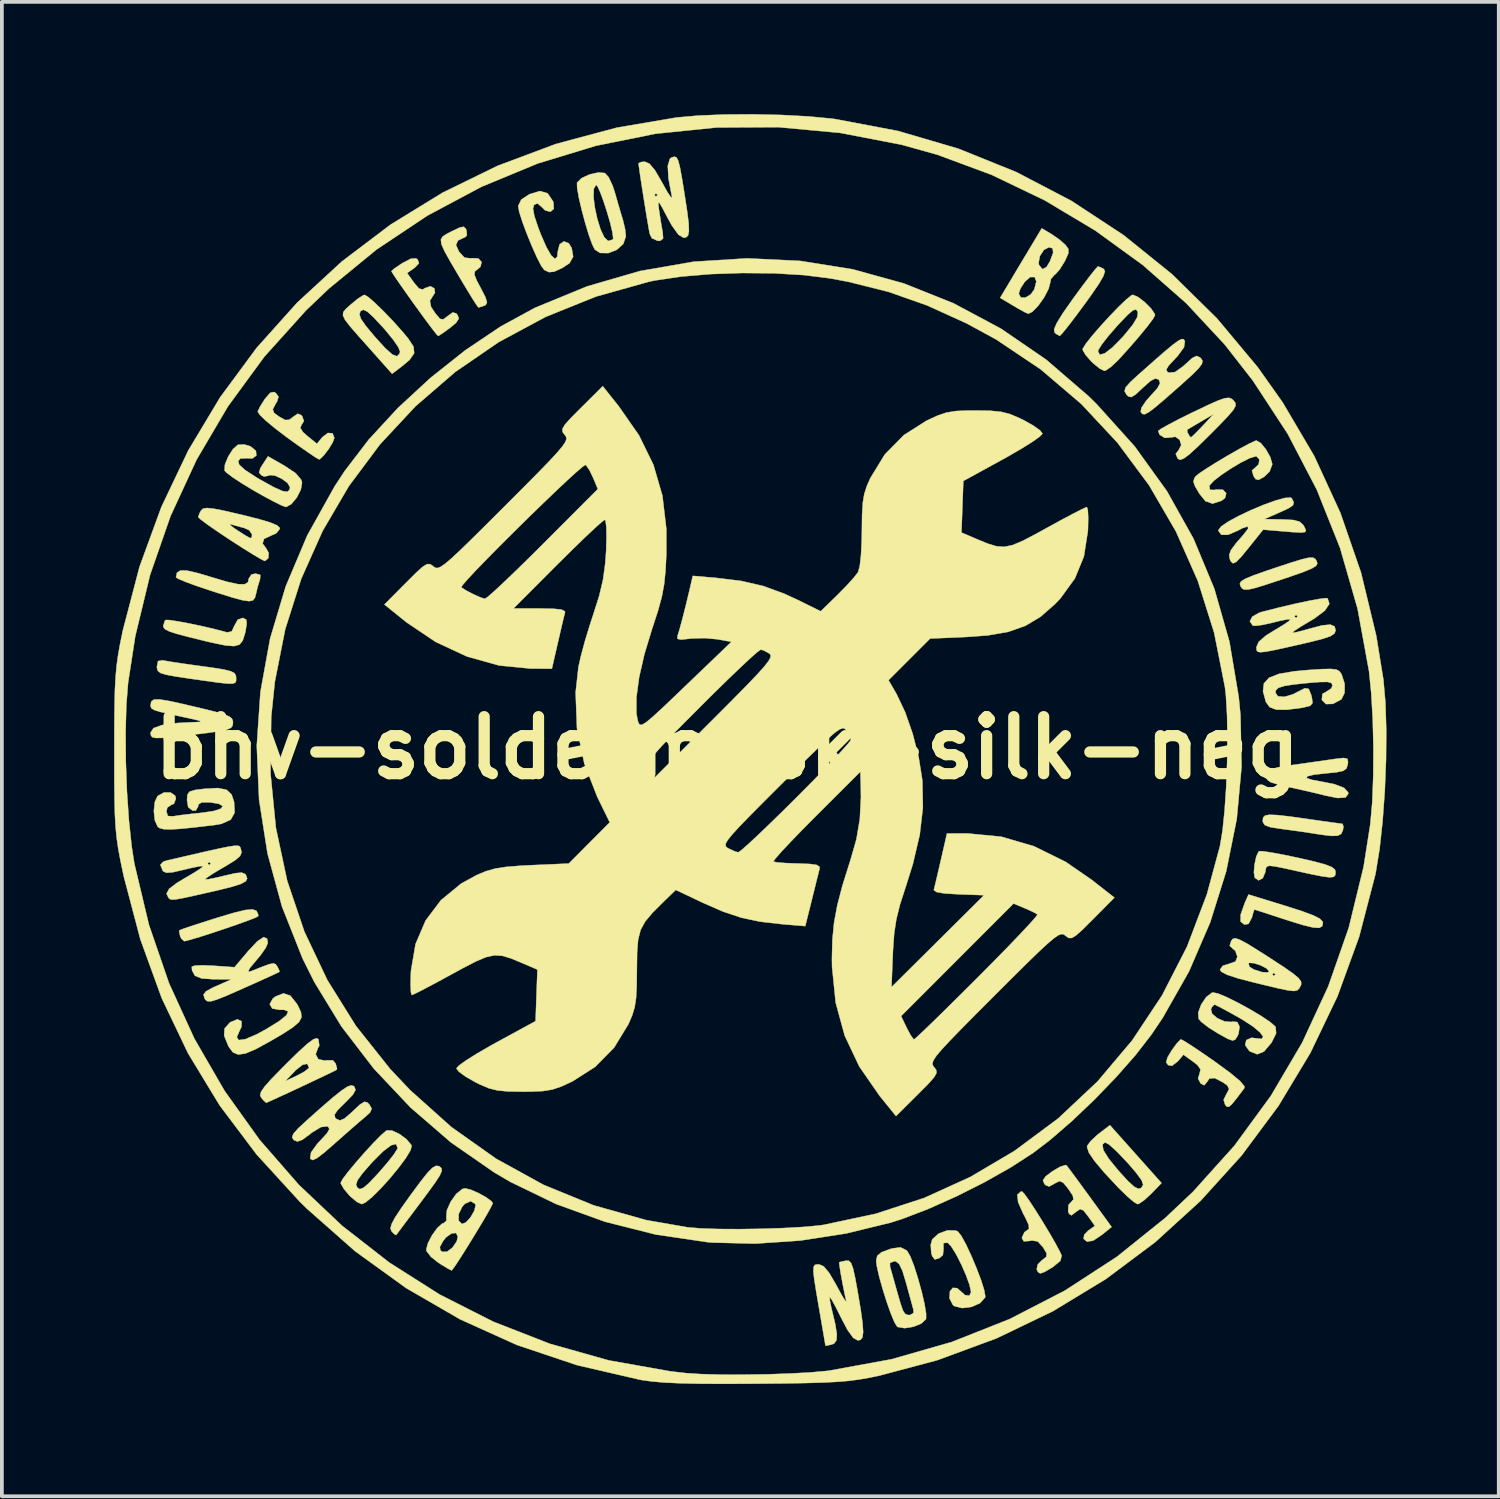
<source format=kicad_pcb>
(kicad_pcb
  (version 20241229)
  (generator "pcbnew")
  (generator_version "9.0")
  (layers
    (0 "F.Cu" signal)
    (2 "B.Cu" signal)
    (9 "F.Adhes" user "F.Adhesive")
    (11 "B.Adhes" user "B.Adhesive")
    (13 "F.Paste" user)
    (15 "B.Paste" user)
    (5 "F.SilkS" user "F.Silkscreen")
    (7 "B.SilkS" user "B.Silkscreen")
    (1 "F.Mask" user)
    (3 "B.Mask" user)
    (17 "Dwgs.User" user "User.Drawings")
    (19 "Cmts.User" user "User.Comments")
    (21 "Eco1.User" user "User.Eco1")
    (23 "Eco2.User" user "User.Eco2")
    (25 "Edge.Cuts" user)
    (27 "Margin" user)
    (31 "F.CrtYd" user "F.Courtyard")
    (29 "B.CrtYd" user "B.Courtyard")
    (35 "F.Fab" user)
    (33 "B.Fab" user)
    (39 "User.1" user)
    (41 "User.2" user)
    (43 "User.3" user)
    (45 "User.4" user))
  (footprint "bhv-soldermask-silk-neg"
    (layer "F.Cu")
    (at 16.383 16.934)
    (property "Reference" "bhv-soldermask-silk-neg" (at 0 0 0) (layer "F.SilkS") (effects (font (size 1.524 1.524) (thickness 0.3))))
    (attr through_hole)
    (fp_poly (pts (xy -12.579 4.353) (xy -12.536 4.446) (xy -12.532 4.496) (xy -12.606 4.536) (xy -12.804 4.613) (xy -13.089 4.716) (xy -13.422 4.831) (xy -13.767 4.946) (xy -14.085 5.048) (xy -14.34 5.124) (xy -14.493 5.163) (xy -14.512 5.165) (xy -14.587 5.098) (xy -14.618 5.034) (xy -14.646 4.905) (xy -14.637 4.874) (xy -14.548 4.838) (xy -14.33 4.764) (xy -14.016 4.662) (xy -13.638 4.542) (xy -13.635 4.541) (xy -13.191 4.408) (xy -12.883 4.333) (xy -12.686 4.315) (xy -12.579 4.353)) (stroke (width 0.01) (type solid)) (fill yes) (layer "F.SilkS"))
    (fp_poly (pts (xy -7.703 11.177) (xy -7.69 11.184) (xy -7.635 11.23) (xy -7.628 11.303) (xy -7.681 11.425) (xy -7.808 11.621) (xy -8.021 11.914) (xy -8.184 12.132) (xy -8.429 12.459) (xy -8.635 12.733) (xy -8.781 12.928) (xy -8.848 13.017) (xy -8.849 13.02) (xy -8.908 12.984) (xy -8.97 12.917) (xy -8.999 12.842) (xy -8.971 12.726) (xy -8.875 12.546) (xy -8.698 12.279) (xy -8.46 11.946) (xy -8.197 11.59) (xy -8.01 11.354) (xy -7.878 11.22) (xy -7.782 11.167) (xy -7.703 11.177)) (stroke (width 0.01) (type solid)) (fill yes) (layer "F.SilkS"))
    (fp_poly (pts (xy 10.006 -12.827) (xy 10.064 -12.793) (xy 10.092 -12.73) (xy 10.049 -12.603) (xy 9.926 -12.393) (xy 9.712 -12.081) (xy 9.556 -11.866) (xy 9.316 -11.541) (xy 9.11 -11.272) (xy 8.961 -11.087) (xy 8.888 -11.01) (xy 8.886 -11.009) (xy 8.793 -11.058) (xy 8.745 -11.101) (xy 8.733 -11.186) (xy 8.804 -11.351) (xy 8.965 -11.612) (xy 9.226 -11.985) (xy 9.258 -12.029) (xy 9.494 -12.35) (xy 9.694 -12.614) (xy 9.838 -12.795) (xy 9.905 -12.865) (xy 9.906 -12.866) (xy 10.006 -12.827)) (stroke (width 0.01) (type solid)) (fill yes) (layer "F.SilkS"))
    (fp_poly (pts (xy 15.713 -5.049) (xy 15.747 -4.996) (xy 15.768 -4.927) (xy 15.733 -4.863) (xy 15.618 -4.793) (xy 15.401 -4.703) (xy 15.058 -4.582) (xy 14.816 -4.501) (xy 14.395 -4.362) (xy 14.106 -4.273) (xy 13.922 -4.231) (xy 13.813 -4.23) (xy 13.751 -4.265) (xy 13.717 -4.317) (xy 13.696 -4.386) (xy 13.731 -4.45) (xy 13.846 -4.52) (xy 14.063 -4.61) (xy 14.406 -4.731) (xy 14.648 -4.813) (xy 15.069 -4.952) (xy 15.358 -5.04) (xy 15.542 -5.083) (xy 15.651 -5.084) (xy 15.713 -5.049)) (stroke (width 0.01) (type solid)) (fill yes) (layer "F.SilkS"))
    (fp_poly (pts (xy 14.694 1.795) (xy 15.015 1.831) (xy 15.475 1.895) (xy 15.536 1.904) (xy 15.898 1.956) (xy 16.194 1.997) (xy 16.387 2.023) (xy 16.439 2.029) (xy 16.465 2.1) (xy 16.45 2.201) (xy 16.404 2.299) (xy 16.309 2.348) (xy 16.131 2.352) (xy 15.835 2.315) (xy 15.663 2.287) (xy 15.35 2.239) (xy 14.98 2.188) (xy 14.796 2.164) (xy 14.515 2.12) (xy 14.366 2.065) (xy 14.312 1.983) (xy 14.309 1.941) (xy 14.32 1.859) (xy 14.372 1.808) (xy 14.488 1.787) (xy 14.694 1.795)) (stroke (width 0.01) (type solid)) (fill yes) (layer "F.SilkS"))
    (fp_poly (pts (xy 14.922 4.224) (xy 15.36 4.364) (xy 15.656 4.474) (xy 15.831 4.562) (xy 15.908 4.641) (xy 15.917 4.678) (xy 15.895 4.769) (xy 15.815 4.81) (xy 15.652 4.799) (xy 15.383 4.734) (xy 14.986 4.611) (xy 14.859 4.57) (xy 14.529 4.462) (xy 14.269 4.377) (xy 14.113 4.328) (xy 14.085 4.319) (xy 14.058 4.389) (xy 14.018 4.535) (xy 13.929 4.702) (xy 13.819 4.723) (xy 13.716 4.641) (xy 13.719 4.451) (xy 13.829 4.142) (xy 13.83 4.139) (xy 13.928 3.918) (xy 14.922 4.224)) (stroke (width 0.01) (type solid)) (fill yes) (layer "F.SilkS"))
    (fp_poly (pts (xy -15.05 -2.333) (xy -14.876 -2.302) (xy -14.591 -2.259) (xy -14.25 -2.21) (xy -14.182 -2.201) (xy -13.744 -2.141) (xy -13.447 -2.093) (xy -13.263 -2.047) (xy -13.166 -1.996) (xy -13.129 -1.929) (xy -13.123 -1.861) (xy -13.125 -1.788) (xy -13.148 -1.74) (xy -13.216 -1.717) (xy -13.356 -1.718) (xy -13.594 -1.743) (xy -13.954 -1.793) (xy -14.33 -1.846) (xy -14.73 -1.906) (xy -14.992 -1.954) (xy -15.145 -2.001) (xy -15.217 -2.059) (xy -15.239 -2.137) (xy -15.24 -2.175) (xy -15.21 -2.32) (xy -15.09 -2.34) (xy -15.05 -2.333)) (stroke (width 0.01) (type solid)) (fill yes) (layer "F.SilkS"))
    (fp_poly (pts (xy -14.435 -4.737) (xy -14.145 -4.67) (xy -13.799 -4.567) (xy -13.371 -4.44) (xy -13.077 -4.375) (xy -12.897 -4.371) (xy -12.807 -4.426) (xy -12.785 -4.527) (xy -12.713 -4.633) (xy -12.606 -4.657) (xy -12.478 -4.624) (xy -12.485 -4.508) (xy -12.546 -4.312) (xy -12.59 -4.128) (xy -12.62 -4.013) (xy -12.673 -3.943) (xy -12.774 -3.92) (xy -12.949 -3.944) (xy -13.223 -4.018) (xy -13.623 -4.143) (xy -13.822 -4.207) (xy -14.184 -4.329) (xy -14.477 -4.437) (xy -14.67 -4.518) (xy -14.731 -4.558) (xy -14.704 -4.681) (xy -14.613 -4.74) (xy -14.435 -4.737)) (stroke (width 0.01) (type solid)) (fill yes) (layer "F.SilkS"))
    (fp_poly (pts (xy -12.851 -3.425) (xy -12.841 -3.321) (xy -12.872 -3.119) (xy -12.89 -3.044) (xy -12.948 -2.866) (xy -13.033 -2.76) (xy -13.177 -2.719) (xy -13.411 -2.738) (xy -13.765 -2.811) (xy -13.928 -2.849) (xy -14.388 -2.962) (xy -14.707 -3.047) (xy -14.911 -3.113) (xy -15.022 -3.17) (xy -15.066 -3.226) (xy -15.071 -3.258) (xy -15.03 -3.393) (xy -15.005 -3.418) (xy -14.903 -3.415) (xy -14.68 -3.381) (xy -14.378 -3.325) (xy -14.04 -3.254) (xy -13.71 -3.177) (xy -13.43 -3.104) (xy -13.366 -3.085) (xy -13.241 -3.112) (xy -13.174 -3.257) (xy -13.08 -3.426) (xy -12.943 -3.474) (xy -12.851 -3.425)) (stroke (width 0.01) (type solid)) (fill yes) (layer "F.SilkS"))
    (fp_poly (pts (xy 14.313 2.762) (xy 14.546 2.797) (xy 14.875 2.858) (xy 15.265 2.94) (xy 15.694 3.039) (xy 15.982 3.117) (xy 16.154 3.185) (xy 16.237 3.251) (xy 16.256 3.316) (xy 16.247 3.4) (xy 16.201 3.448) (xy 16.092 3.459) (xy 15.89 3.432) (xy 15.57 3.368) (xy 15.278 3.304) (xy 14.89 3.218) (xy 14.638 3.167) (xy 14.491 3.15) (xy 14.419 3.169) (xy 14.391 3.224) (xy 14.378 3.315) (xy 14.378 3.317) (xy 14.309 3.483) (xy 14.197 3.54) (xy 14.096 3.47) (xy 14.072 3.328) (xy 14.09 3.112) (xy 14.137 2.899) (xy 14.2 2.768) (xy 14.21 2.76) (xy 14.313 2.762)) (stroke (width 0.01) (type solid)) (fill yes) (layer "F.SilkS"))
    (fp_poly (pts (xy 7.942 11.921) (xy 8.071 12.102) (xy 8.24 12.36) (xy 8.428 12.661) (xy 8.615 12.971) (xy 8.778 13.255) (xy 8.896 13.478) (xy 8.936 13.568) (xy 8.901 13.707) (xy 8.703 13.87) (xy 8.695 13.875) (xy 8.479 14.003) (xy 8.362 14.044) (xy 8.301 14.005) (xy 8.269 13.934) (xy 8.297 13.802) (xy 8.405 13.693) (xy 8.525 13.6) (xy 8.534 13.507) (xy 8.44 13.347) (xy 8.299 13.189) (xy 8.14 13.162) (xy 8.083 13.174) (xy 7.924 13.187) (xy 7.874 13.102) (xy 7.874 13.088) (xy 7.941 12.939) (xy 8.001 12.9) (xy 8.063 12.848) (xy 8.052 12.741) (xy 7.96 12.542) (xy 7.907 12.444) (xy 7.772 12.14) (xy 7.75 11.941) (xy 7.843 11.856) (xy 7.876 11.853) (xy 7.942 11.921)) (stroke (width 0.01) (type solid)) (fill yes) (layer "F.SilkS"))
    (fp_poly (pts (xy -11.674 6.621) (xy -11.5 6.84) (xy -11.467 6.899) (xy -11.391 7.064) (xy -11.376 7.199) (xy -11.443 7.326) (xy -11.608 7.468) (xy -11.89 7.65) (xy -12.196 7.829) (xy -12.589 8.045) (xy -12.871 8.165) (xy -13.069 8.195) (xy -13.208 8.136) (xy -13.317 7.992) (xy -13.333 7.963) (xy -13.443 7.691) (xy -13.433 7.5) (xy -13.299 7.347) (xy -13.275 7.329) (xy -13.088 7.252) (xy -12.978 7.304) (xy -12.981 7.455) (xy -13.027 7.547) (xy -13.105 7.729) (xy -13.055 7.808) (xy -12.879 7.784) (xy -12.585 7.659) (xy -12.33 7.521) (xy -11.977 7.304) (xy -11.778 7.144) (xy -11.733 7.041) (xy -11.845 6.998) (xy -11.962 7) (xy -12.159 6.964) (xy -12.226 6.85) (xy -12.147 6.702) (xy -12.074 6.645) (xy -11.858 6.559) (xy -11.674 6.621)) (stroke (width 0.01) (type solid)) (fill yes) (layer "F.SilkS"))
    (fp_poly (pts (xy -6.988 -13.875) (xy -6.968 -13.829) (xy -6.957 -13.696) (xy -6.991 -13.656) (xy -7.196 -13.557) (xy -7.249 -13.437) (xy -7.167 -13.257) (xy -7.166 -13.257) (xy -7.022 -13.1) (xy -6.855 -13.08) (xy -6.825 -13.086) (xy -6.65 -13.077) (xy -6.564 -12.981) (xy -6.596 -12.853) (xy -6.671 -12.79) (xy -6.746 -12.729) (xy -6.755 -12.64) (xy -6.69 -12.481) (xy -6.587 -12.287) (xy -6.462 -12.043) (xy -6.42 -11.906) (xy -6.452 -11.837) (xy -6.488 -11.818) (xy -6.618 -11.775) (xy -6.648 -11.769) (xy -6.701 -11.837) (xy -6.82 -12.022) (xy -6.986 -12.295) (xy -7.152 -12.572) (xy -7.391 -12.978) (xy -7.551 -13.264) (xy -7.637 -13.455) (xy -7.653 -13.58) (xy -7.606 -13.663) (xy -7.499 -13.733) (xy -7.371 -13.798) (xy -7.157 -13.901) (xy -7.045 -13.925) (xy -6.988 -13.875)) (stroke (width 0.01) (type solid)) (fill yes) (layer "F.SilkS"))
    (fp_poly (pts (xy -4.8 -14.819) (xy -4.657 -14.607) (xy -4.645 -14.577) (xy -4.635 -14.404) (xy -4.726 -14.326) (xy -4.867 -14.362) (xy -4.951 -14.446) (xy -5.07 -14.549) (xy -5.162 -14.513) (xy -5.191 -14.412) (xy -5.155 -14.214) (xy -5.049 -13.897) (xy -4.984 -13.727) (xy -4.832 -13.378) (xy -4.702 -13.155) (xy -4.603 -13.067) (xy -4.543 -13.124) (xy -4.53 -13.257) (xy -4.48 -13.455) (xy -4.365 -13.534) (xy -4.233 -13.482) (xy -4.157 -13.356) (xy -4.118 -13.126) (xy -4.214 -12.953) (xy -4.409 -12.824) (xy -4.623 -12.726) (xy -4.761 -12.711) (xy -4.89 -12.77) (xy -4.97 -12.879) (xy -5.086 -13.105) (xy -5.22 -13.405) (xy -5.355 -13.735) (xy -5.474 -14.054) (xy -5.557 -14.316) (xy -5.588 -14.478) (xy -5.504 -14.651) (xy -5.287 -14.794) (xy -5.004 -14.879) (xy -4.8 -14.819)) (stroke (width 0.01) (type solid)) (fill yes) (layer "F.SilkS"))
    (fp_poly (pts (xy 9.066 11.156) (xy 9.135 11.246) (xy 9.281 11.443) (xy 9.482 11.717) (xy 9.695 12.009) (xy 10.27 12.801) (xy 10.024 13.001) (xy 9.78 13.166) (xy 9.613 13.194) (xy 9.521 13.117) (xy 9.539 13.007) (xy 9.644 12.899) (xy 9.824 12.773) (xy 9.644 12.52) (xy 9.518 12.36) (xy 9.429 12.324) (xy 9.325 12.393) (xy 9.315 12.403) (xy 9.197 12.491) (xy 9.136 12.453) (xy 9.108 12.388) (xy 9.118 12.212) (xy 9.18 12.144) (xy 9.251 12.065) (xy 9.231 11.961) (xy 9.114 11.785) (xy 8.979 11.619) (xy 8.88 11.575) (xy 8.764 11.63) (xy 8.744 11.643) (xy 8.6 11.721) (xy 8.504 11.683) (xy 8.471 11.647) (xy 8.436 11.553) (xy 8.51 11.447) (xy 8.691 11.311) (xy 8.892 11.194) (xy 9.034 11.147) (xy 9.066 11.156)) (stroke (width 0.01) (type solid)) (fill yes) (layer "F.SilkS"))
    (fp_poly (pts (xy 12.214 7.836) (xy 12.412 7.962) (xy 12.69 8.148) (xy 13.019 8.376) (xy 13.039 8.391) (xy 13.443 8.687) (xy 13.702 8.903) (xy 13.818 9.042) (xy 13.819 9.089) (xy 13.612 9.363) (xy 13.482 9.523) (xy 13.403 9.59) (xy 13.351 9.587) (xy 13.305 9.54) (xy 13.263 9.403) (xy 13.336 9.253) (xy 13.409 9.118) (xy 13.364 9.022) (xy 13.252 8.941) (xy 13.025 8.823) (xy 12.884 8.834) (xy 12.814 8.934) (xy 12.744 9.016) (xy 12.65 8.968) (xy 12.579 8.834) (xy 12.617 8.717) (xy 12.646 8.592) (xy 12.561 8.471) (xy 12.444 8.381) (xy 12.188 8.198) (xy 12.042 8.374) (xy 11.883 8.495) (xy 11.782 8.477) (xy 11.727 8.402) (xy 11.763 8.272) (xy 11.866 8.098) (xy 12.001 7.91) (xy 12.103 7.801) (xy 12.126 7.79) (xy 12.214 7.836)) (stroke (width 0.01) (type solid)) (fill yes) (layer "F.SilkS"))
    (fp_poly (pts (xy 16.569 0.289) (xy 16.588 0.375) (xy 16.58 0.438) (xy 16.547 0.549) (xy 16.459 0.614) (xy 16.276 0.653) (xy 16.03 0.677) (xy 15.683 0.715) (xy 15.499 0.759) (xy 15.48 0.806) (xy 15.627 0.855) (xy 15.8 0.886) (xy 16.219 0.968) (xy 16.479 1.067) (xy 16.589 1.187) (xy 16.595 1.226) (xy 16.522 1.325) (xy 16.31 1.34) (xy 15.966 1.271) (xy 15.96 1.269) (xy 15.754 1.217) (xy 15.444 1.145) (xy 15.093 1.066) (xy 15.045 1.056) (xy 14.715 0.979) (xy 14.519 0.917) (xy 14.427 0.851) (xy 14.406 0.767) (xy 14.41 0.731) (xy 14.441 0.64) (xy 14.527 0.575) (xy 14.702 0.523) (xy 14.997 0.472) (xy 15.155 0.45) (xy 15.541 0.395) (xy 15.912 0.343) (xy 16.199 0.301) (xy 16.242 0.295) (xy 16.468 0.269) (xy 16.569 0.289)) (stroke (width 0.01) (type solid)) (fill yes) (layer "F.SilkS"))
    (fp_poly (pts (xy -14.89 -1.249) (xy -14.56 -1.176) (xy -14.059 -1.058) (xy -13.7 -0.97) (xy -13.459 -0.9) (xy -13.313 -0.842) (xy -13.238 -0.787) (xy -13.211 -0.724) (xy -13.208 -0.676) (xy -13.217 -0.596) (xy -13.261 -0.536) (xy -13.367 -0.489) (xy -13.561 -0.447) (xy -13.869 -0.403) (xy -14.317 -0.348) (xy -14.357 -0.344) (xy -14.793 -0.294) (xy -15.088 -0.267) (xy -15.27 -0.264) (xy -15.366 -0.287) (xy -15.403 -0.338) (xy -15.409 -0.412) (xy -15.331 -0.528) (xy -15.095 -0.612) (xy -14.697 -0.665) (xy -14.276 -0.686) (xy -14.106 -0.693) (xy -14.061 -0.708) (xy -14.155 -0.74) (xy -14.399 -0.795) (xy -14.478 -0.812) (xy -14.881 -0.899) (xy -15.147 -0.961) (xy -15.305 -1.009) (xy -15.382 -1.053) (xy -15.407 -1.101) (xy -15.409 -1.14) (xy -15.391 -1.241) (xy -15.317 -1.292) (xy -15.159 -1.294) (xy -14.89 -1.249)) (stroke (width 0.01) (type solid)) (fill yes) (layer "F.SilkS"))
    (fp_poly (pts (xy 10.915 10.855) (xy 11.604 11.628) (xy 11.331 11.91) (xy 11.149 12.079) (xy 11.005 12.179) (xy 10.966 12.192) (xy 10.866 12.135) (xy 10.688 11.984) (xy 10.47 11.771) (xy 10.447 11.748) (xy 10.069 11.342) (xy 9.811 11.035) (xy 9.662 10.815) (xy 9.614 10.668) (xy 9.621 10.628) (xy 9.634 10.61) (xy 10.027 10.61) (xy 10.051 10.75) (xy 10.197 10.983) (xy 10.459 11.303) (xy 10.708 11.575) (xy 10.877 11.729) (xy 10.989 11.783) (xy 11.06 11.76) (xy 11.113 11.677) (xy 11.074 11.556) (xy 10.929 11.357) (xy 10.929 11.357) (xy 10.705 11.096) (xy 10.45 10.827) (xy 10.382 10.76) (xy 10.198 10.595) (xy 10.094 10.542) (xy 10.037 10.588) (xy 10.027 10.61) (xy 9.634 10.61) (xy 9.714 10.503) (xy 9.889 10.34) (xy 9.946 10.295) (xy 10.225 10.082) (xy 10.915 10.855)) (stroke (width 0.01) (type solid)) (fill yes) (layer "F.SilkS"))
    (fp_poly (pts (xy -12.06 -9.478) (xy -11.99 -9.383) (xy -12.029 -9.256) (xy -12.07 -9.19) (xy -12.145 -9.047) (xy -12.109 -8.95) (xy -11.976 -8.852) (xy -11.81 -8.76) (xy -11.701 -8.768) (xy -11.604 -8.843) (xy -11.475 -8.93) (xy -11.381 -8.889) (xy -11.359 -8.865) (xy -11.312 -8.731) (xy -11.369 -8.645) (xy -11.41 -8.551) (xy -11.336 -8.436) (xy -11.218 -8.332) (xy -10.964 -8.126) (xy -10.819 -8.303) (xy -10.671 -8.415) (xy -10.547 -8.405) (xy -10.499 -8.284) (xy -10.544 -8.161) (xy -10.651 -7.985) (xy -10.778 -7.818) (xy -10.882 -7.717) (xy -10.907 -7.709) (xy -10.994 -7.757) (xy -11.188 -7.887) (xy -11.46 -8.077) (xy -11.769 -8.299) (xy -12.081 -8.537) (xy -12.333 -8.746) (xy -12.496 -8.905) (xy -12.547 -8.988) (xy -12.482 -9.122) (xy -12.361 -9.314) (xy -12.348 -9.332) (xy -12.213 -9.488) (xy -12.11 -9.51) (xy -12.06 -9.478)) (stroke (width 0.01) (type solid)) (fill yes) (layer "F.SilkS"))
    (fp_poly (pts (xy 6.104 12.897) (xy 6.161 12.922) (xy 6.253 13.038) (xy 6.379 13.267) (xy 6.52 13.569) (xy 6.66 13.901) (xy 6.781 14.221) (xy 6.865 14.487) (xy 6.895 14.657) (xy 6.891 14.683) (xy 6.755 14.837) (xy 6.526 14.938) (xy 6.273 14.969) (xy 6.066 14.915) (xy 6.028 14.884) (xy 5.938 14.71) (xy 5.949 14.525) (xy 6.024 14.428) (xy 6.145 14.437) (xy 6.224 14.507) (xy 6.355 14.623) (xy 6.47 14.636) (xy 6.515 14.541) (xy 6.474 14.351) (xy 6.379 14.088) (xy 6.251 13.797) (xy 6.112 13.526) (xy 5.983 13.319) (xy 5.888 13.222) (xy 5.882 13.221) (xy 5.776 13.233) (xy 5.777 13.358) (xy 5.78 13.37) (xy 5.762 13.552) (xy 5.667 13.634) (xy 5.545 13.67) (xy 5.476 13.581) (xy 5.451 13.493) (xy 5.437 13.276) (xy 5.478 13.131) (xy 5.649 12.978) (xy 5.883 12.892) (xy 6.104 12.897)) (stroke (width 0.01) (type solid)) (fill yes) (layer "F.SilkS"))
    (fp_poly (pts (xy -8.273 -13.049) (xy -8.238 -12.95) (xy -8.347 -12.834) (xy -8.366 -12.82) (xy -8.554 -12.688) (xy -8.375 -12.437) (xy -8.241 -12.277) (xy -8.141 -12.247) (xy -8.074 -12.287) (xy -7.932 -12.336) (xy -7.827 -12.279) (xy -7.81 -12.163) (xy -7.857 -12.09) (xy -7.946 -11.948) (xy -7.915 -11.784) (xy -7.794 -11.602) (xy -7.674 -11.463) (xy -7.585 -11.45) (xy -7.469 -11.54) (xy -7.335 -11.636) (xy -7.242 -11.608) (xy -7.208 -11.57) (xy -7.172 -11.473) (xy -7.247 -11.358) (xy -7.401 -11.229) (xy -7.586 -11.094) (xy -7.707 -11.015) (xy -7.726 -11.007) (xy -7.785 -11.071) (xy -7.922 -11.248) (xy -8.116 -11.51) (xy -8.349 -11.831) (xy -8.367 -11.855) (xy -8.599 -12.182) (xy -8.791 -12.456) (xy -8.922 -12.65) (xy -8.974 -12.736) (xy -8.975 -12.737) (xy -8.91 -12.798) (xy -8.747 -12.91) (xy -8.672 -12.958) (xy -8.452 -13.072) (xy -8.317 -13.079) (xy -8.273 -13.049)) (stroke (width 0.01) (type solid)) (fill yes) (layer "F.SilkS"))
    (fp_poly (pts (xy 15.083 -6.671) (xy 15.138 -6.562) (xy 15.116 -6.482) (xy 14.99 -6.398) (xy 14.753 -6.289) (xy 14.351 -6.113) (xy 14.835 -6.104) (xy 15.125 -6.089) (xy 15.295 -6.044) (xy 15.393 -5.953) (xy 15.416 -5.914) (xy 15.46 -5.819) (xy 15.444 -5.769) (xy 15.338 -5.753) (xy 15.111 -5.765) (xy 14.916 -5.781) (xy 14.319 -5.831) (xy 13.954 -5.375) (xy 13.738 -5.111) (xy 13.598 -4.968) (xy 13.512 -4.931) (xy 13.455 -4.984) (xy 13.427 -5.048) (xy 13.411 -5.158) (xy 13.461 -5.288) (xy 13.597 -5.472) (xy 13.791 -5.694) (xy 13.917 -5.857) (xy 13.909 -5.917) (xy 13.77 -5.873) (xy 13.631 -5.8) (xy 13.379 -5.693) (xy 13.201 -5.694) (xy 13.125 -5.8) (xy 13.124 -5.821) (xy 13.197 -5.917) (xy 13.391 -6.049) (xy 13.668 -6.199) (xy 13.994 -6.353) (xy 14.332 -6.495) (xy 14.646 -6.608) (xy 14.899 -6.678) (xy 15.055 -6.688) (xy 15.083 -6.671)) (stroke (width 0.01) (type solid)) (fill yes) (layer "F.SilkS"))
    (fp_poly (pts (xy -12.295 5.097) (xy -12.277 5.212) (xy -12.33 5.339) (xy -12.467 5.536) (xy -12.594 5.688) (xy -12.76 5.887) (xy -12.804 5.979) (xy -12.742 5.974) (xy -12.426 5.848) (xy -12.232 5.778) (xy -12.124 5.758) (xy -12.066 5.782) (xy -12.023 5.841) (xy -11.968 5.956) (xy -11.967 5.984) (xy -12.047 6.024) (xy -12.252 6.119) (xy -12.551 6.254) (xy -12.913 6.416) (xy -12.935 6.426) (xy -13.334 6.602) (xy -13.606 6.713) (xy -13.779 6.768) (xy -13.882 6.773) (xy -13.94 6.736) (xy -13.967 6.694) (xy -13.995 6.593) (xy -13.93 6.506) (xy -13.745 6.405) (xy -13.65 6.363) (xy -13.25 6.186) (xy -13.728 6.183) (xy -14.045 6.161) (xy -14.225 6.088) (xy -14.301 5.946) (xy -14.309 5.846) (xy -14.232 5.819) (xy -14.029 5.809) (xy -13.745 5.82) (xy -13.737 5.821) (xy -13.166 5.861) (xy -12.8 5.427) (xy -12.555 5.167) (xy -12.387 5.056) (xy -12.295 5.097)) (stroke (width 0.01) (type solid)) (fill yes) (layer "F.SilkS"))
    (fp_poly (pts (xy -10.925 7.786) (xy -10.901 7.957) (xy -10.936 8.018) (xy -10.998 8.187) (xy -10.928 8.318) (xy -10.76 8.357) (xy -10.718 8.349) (xy -10.537 8.349) (xy -10.463 8.437) (xy -10.429 8.566) (xy -10.433 8.598) (xy -10.513 8.64) (xy -10.71 8.735) (xy -10.988 8.867) (xy -11.309 9.019) (xy -11.637 9.172) (xy -11.937 9.311) (xy -12.171 9.418) (xy -12.304 9.477) (xy -12.32 9.483) (xy -12.383 9.427) (xy -12.451 9.35) (xy -12.482 9.281) (xy -12.457 9.187) (xy -12.361 9.049) (xy -12.233 8.905) (xy -11.811 8.905) (xy -11.493 8.755) (xy -11.296 8.648) (xy -11.185 8.56) (xy -11.176 8.541) (xy -11.224 8.441) (xy -11.352 8.469) (xy -11.539 8.62) (xy -11.565 8.647) (xy -11.811 8.905) (xy -12.233 8.905) (xy -12.177 8.843) (xy -11.891 8.55) (xy -11.782 8.44) (xy -11.45 8.115) (xy -11.215 7.902) (xy -11.06 7.788) (xy -10.966 7.758) (xy -10.925 7.786)) (stroke (width 0.01) (type solid)) (fill yes) (layer "F.SilkS"))
    (fp_poly (pts (xy -9.593 -12.047) (xy -9.413 -11.89) (xy -9.181 -11.665) (xy -8.926 -11.399) (xy -8.679 -11.122) (xy -8.527 -10.941) (xy -8.383 -10.721) (xy -8.366 -10.545) (xy -8.486 -10.37) (xy -8.676 -10.21) (xy -8.956 -9.996) (xy -9.538 -10.65) (xy -9.858 -11.009) (xy -10.08 -11.264) (xy -10.214 -11.439) (xy -10.27 -11.558) (xy -10.267 -11.583) (xy -9.83 -11.583) (xy -9.787 -11.461) (xy -9.656 -11.273) (xy -9.422 -10.992) (xy -9.417 -10.986) (xy -9.141 -10.683) (xy -8.948 -10.511) (xy -8.825 -10.464) (xy -8.758 -10.531) (xy -8.743 -10.59) (xy -8.788 -10.704) (xy -8.924 -10.904) (xy -9.127 -11.153) (xy -9.212 -11.249) (xy -9.456 -11.51) (xy -9.617 -11.657) (xy -9.721 -11.707) (xy -9.791 -11.677) (xy -9.801 -11.667) (xy -9.83 -11.583) (xy -10.267 -11.583) (xy -10.26 -11.646) (xy -10.193 -11.728) (xy -10.081 -11.828) (xy -10.061 -11.846) (xy -9.872 -12.002) (xy -9.726 -12.094) (xy -9.691 -12.105) (xy -9.593 -12.047)) (stroke (width 0.01) (type solid)) (fill yes) (layer "F.SilkS"))
    (fp_poly (pts (xy -3.272 -15.36) (xy -3.17 -15.25) (xy -3.062 -15.02) (xy -3 -14.829) (xy -2.911 -14.517) (xy -2.828 -14.234) (xy -2.788 -14.106) (xy -2.729 -13.857) (xy -2.709 -13.666) (xy -2.78 -13.464) (xy -2.954 -13.308) (xy -3.179 -13.221) (xy -3.399 -13.225) (xy -3.538 -13.314) (xy -3.61 -13.456) (xy -3.701 -13.71) (xy -3.798 -14.033) (xy -3.89 -14.378) (xy -3.965 -14.7) (xy -3.969 -14.725) (xy -3.574 -14.725) (xy -3.54 -14.443) (xy -3.474 -14.139) (xy -3.387 -13.858) (xy -3.288 -13.647) (xy -3.188 -13.549) (xy -3.173 -13.547) (xy -3.061 -13.582) (xy -3.047 -13.61) (xy -3.069 -13.777) (xy -3.128 -14.028) (xy -3.213 -14.321) (xy -3.307 -14.611) (xy -3.398 -14.855) (xy -3.471 -15.011) (xy -3.506 -15.043) (xy -3.566 -14.94) (xy -3.574 -14.725) (xy -3.969 -14.725) (xy -4.011 -14.956) (xy -4.015 -15.099) (xy -4.014 -15.103) (xy -3.894 -15.224) (xy -3.679 -15.323) (xy -3.443 -15.375) (xy -3.272 -15.36)) (stroke (width 0.01) (type solid)) (fill yes) (layer "F.SilkS"))
    (fp_poly (pts (xy 14.258 -8.143) (xy 14.394 -7.976) (xy 14.509 -7.771) (xy 14.562 -7.589) (xy 14.563 -7.576) (xy 14.492 -7.385) (xy 14.354 -7.249) (xy 14.201 -7.162) (xy 14.118 -7.181) (xy 14.059 -7.273) (xy 14.02 -7.414) (xy 14.099 -7.482) (xy 14.2 -7.577) (xy 14.218 -7.704) (xy 14.149 -7.785) (xy 14.118 -7.789) (xy 13.965 -7.744) (xy 13.732 -7.628) (xy 13.464 -7.469) (xy 13.205 -7.296) (xy 12.999 -7.136) (xy 12.891 -7.018) (xy 12.884 -7.001) (xy 12.894 -6.897) (xy 13.009 -6.891) (xy 13.063 -6.903) (xy 13.244 -6.898) (xy 13.333 -6.805) (xy 13.302 -6.679) (xy 13.21 -6.605) (xy 12.968 -6.526) (xy 12.777 -6.593) (xy 12.614 -6.795) (xy 12.497 -6.995) (xy 12.456 -7.111) (xy 12.479 -7.199) (xy 12.511 -7.252) (xy 12.606 -7.331) (xy 12.809 -7.467) (xy 13.083 -7.638) (xy 13.387 -7.819) (xy 13.685 -7.989) (xy 13.936 -8.124) (xy 14.102 -8.202) (xy 14.14 -8.213) (xy 14.258 -8.143)) (stroke (width 0.01) (type solid)) (fill yes) (layer "F.SilkS"))
    (fp_poly (pts (xy 13.484 -9.323) (xy 13.528 -9.283) (xy 13.579 -9.217) (xy 13.583 -9.142) (xy 13.525 -9.034) (xy 13.388 -8.872) (xy 13.159 -8.632) (xy 12.904 -8.375) (xy 12.58 -8.057) (xy 12.352 -7.847) (xy 12.199 -7.733) (xy 12.101 -7.697) (xy 12.04 -7.727) (xy 12.037 -7.73) (xy 11.983 -7.855) (xy 12.06 -7.955) (xy 12.131 -8.092) (xy 12.089 -8.232) (xy 11.973 -8.314) (xy 11.85 -8.295) (xy 11.689 -8.283) (xy 11.552 -8.37) (xy 11.515 -8.468) (xy 11.556 -8.5) (xy 12.289 -8.5) (xy 12.298 -8.426) (xy 12.355 -8.326) (xy 12.392 -8.297) (xy 12.456 -8.353) (xy 12.598 -8.496) (xy 12.705 -8.608) (xy 12.996 -8.918) (xy 12.658 -8.72) (xy 12.45 -8.598) (xy 12.314 -8.516) (xy 12.289 -8.5) (xy 11.556 -8.5) (xy 11.586 -8.523) (xy 11.782 -8.634) (xy 12.072 -8.786) (xy 12.427 -8.962) (xy 12.451 -8.973) (xy 12.845 -9.161) (xy 13.116 -9.282) (xy 13.294 -9.343) (xy 13.407 -9.354) (xy 13.484 -9.323)) (stroke (width 0.01) (type solid)) (fill yes) (layer "F.SilkS"))
    (fp_poly (pts (xy -13.725 -6.392) (xy -13.444 -6.337) (xy -13.031 -6.241) (xy -12.956 -6.224) (xy -12.508 -6.111) (xy -12.206 -6.021) (xy -12.029 -5.946) (xy -11.959 -5.88) (xy -11.957 -5.85) (xy -12.05 -5.735) (xy -12.186 -5.674) (xy -12.378 -5.585) (xy -12.416 -5.459) (xy -12.327 -5.341) (xy -12.253 -5.21) (xy -12.263 -5.069) (xy -12.35 -4.996) (xy -12.36 -4.995) (xy -12.452 -5.039) (xy -12.655 -5.158) (xy -12.94 -5.335) (xy -13.276 -5.551) (xy -13.282 -5.555) (xy -13.612 -5.775) (xy -13.884 -5.964) (xy -13.885 -5.965) (xy -13.292 -5.965) (xy -13.197 -5.885) (xy -13.081 -5.807) (xy -12.86 -5.666) (xy -12.747 -5.606) (xy -12.706 -5.617) (xy -12.7 -5.689) (xy -12.7 -5.706) (xy -12.772 -5.814) (xy -12.904 -5.875) (xy -13.132 -5.936) (xy -13.264 -5.975) (xy -13.292 -5.965) (xy -13.885 -5.965) (xy -14.068 -6.101) (xy -14.138 -6.168) (xy -14.138 -6.169) (xy -14.097 -6.279) (xy -14.059 -6.346) (xy -14.005 -6.394) (xy -13.903 -6.41) (xy -13.725 -6.392)) (stroke (width 0.01) (type solid)) (fill yes) (layer "F.SilkS"))
    (fp_poly (pts (xy -13.379 1.12) (xy -13.244 1.247) (xy -13.178 1.443) (xy -13.163 1.731) (xy -13.268 1.919) (xy -13.51 2.028) (xy -13.692 2.06) (xy -14.223 2.123) (xy -14.612 2.163) (xy -14.883 2.179) (xy -15.059 2.172) (xy -15.167 2.144) (xy -15.219 2.107) (xy -15.296 1.935) (xy -15.322 1.686) (xy -15.295 1.441) (xy -15.223 1.287) (xy -15.053 1.192) (xy -14.875 1.192) (xy -14.753 1.277) (xy -14.732 1.355) (xy -14.785 1.493) (xy -14.859 1.524) (xy -14.962 1.595) (xy -14.986 1.695) (xy -14.949 1.82) (xy -14.81 1.829) (xy -14.796 1.826) (xy -14.614 1.798) (xy -14.329 1.764) (xy -14.029 1.733) (xy -13.711 1.685) (xy -13.526 1.621) (xy -13.482 1.554) (xy -13.587 1.494) (xy -13.828 1.455) (xy -14.041 1.455) (xy -14.13 1.511) (xy -14.139 1.567) (xy -14.201 1.673) (xy -14.287 1.677) (xy -14.405 1.583) (xy -14.436 1.396) (xy -14.426 1.25) (xy -14.368 1.169) (xy -14.221 1.124) (xy -13.97 1.093) (xy -13.61 1.073) (xy -13.379 1.12)) (stroke (width 0.01) (type solid)) (fill yes) (layer "F.SilkS"))
    (fp_poly (pts (xy -8.958 10.225) (xy -8.762 10.316) (xy -8.571 10.457) (xy -8.443 10.61) (xy -8.433 10.633) (xy -8.464 10.754) (xy -8.589 10.96) (xy -8.781 11.219) (xy -9.012 11.5) (xy -9.255 11.769) (xy -9.482 11.995) (xy -9.667 12.147) (xy -9.769 12.192) (xy -9.892 12.135) (xy -10.062 11.995) (xy -10.102 11.955) (xy -10.249 11.777) (xy -10.31 11.668) (xy -9.919 11.668) (xy -9.887 11.749) (xy -9.82 11.791) (xy -9.725 11.758) (xy -9.578 11.632) (xy -9.354 11.396) (xy -9.298 11.334) (xy -9.076 11.077) (xy -8.906 10.859) (xy -8.816 10.716) (xy -8.808 10.689) (xy -8.851 10.586) (xy -8.982 10.618) (xy -9.194 10.778) (xy -9.478 11.062) (xy -9.517 11.105) (xy -9.751 11.373) (xy -9.879 11.551) (xy -9.919 11.668) (xy -10.31 11.668) (xy -10.326 11.639) (xy -10.329 11.619) (xy -10.275 11.518) (xy -10.133 11.33) (xy -9.931 11.087) (xy -9.7 10.822) (xy -9.469 10.57) (xy -9.267 10.364) (xy -9.124 10.238) (xy -9.099 10.221) (xy -8.958 10.225)) (stroke (width 0.01) (type solid)) (fill yes) (layer "F.SilkS"))
    (fp_poly (pts (xy 8.652 -13.736) (xy 8.869 -13.587) (xy 9.036 -13.441) (xy 9.115 -13.33) (xy 9.114 -13.214) (xy 9.031 -13.028) (xy 9.009 -12.987) (xy 8.882 -12.783) (xy 8.766 -12.654) (xy 8.742 -12.639) (xy 8.648 -12.529) (xy 8.636 -12.458) (xy 8.587 -12.267) (xy 8.466 -12.035) (xy 8.308 -11.812) (xy 8.15 -11.651) (xy 8.043 -11.601) (xy 7.952 -11.641) (xy 7.768 -11.742) (xy 7.646 -11.814) (xy 7.291 -12.026) (xy 7.36 -12.14) (xy 7.789 -12.14) (xy 7.842 -12.035) (xy 7.966 -12.032) (xy 8.108 -12.116) (xy 8.203 -12.247) (xy 8.259 -12.463) (xy 8.212 -12.582) (xy 8.093 -12.58) (xy 7.953 -12.458) (xy 7.835 -12.278) (xy 7.789 -12.14) (xy 7.36 -12.14) (xy 7.847 -12.955) (xy 8.319 -12.955) (xy 8.33 -12.905) (xy 8.419 -12.793) (xy 8.528 -12.844) (xy 8.622 -13) (xy 8.708 -13.231) (xy 8.695 -13.348) (xy 8.597 -13.377) (xy 8.459 -13.305) (xy 8.352 -13.14) (xy 8.319 -12.955) (xy 7.847 -12.955) (xy 8.403 -13.883) (xy 8.652 -13.736)) (stroke (width 0.01) (type solid)) (fill yes) (layer "F.SilkS"))
    (fp_poly (pts (xy 4.788 13.425) (xy 4.809 13.445) (xy 4.891 13.587) (xy 4.991 13.844) (xy 5.095 14.171) (xy 5.192 14.521) (xy 5.269 14.85) (xy 5.313 15.112) (xy 5.312 15.261) (xy 5.311 15.262) (xy 5.19 15.38) (xy 4.975 15.468) (xy 4.739 15.506) (xy 4.557 15.475) (xy 4.539 15.464) (xy 4.467 15.347) (xy 4.369 15.111) (xy 4.259 14.799) (xy 4.151 14.456) (xy 4.059 14.126) (xy 3.998 13.854) (xy 3.986 13.762) (xy 4.348 13.762) (xy 4.35 13.864) (xy 4.395 14.022) (xy 4.468 14.281) (xy 4.535 14.52) (xy 4.627 14.839) (xy 4.692 15.028) (xy 4.75 15.121) (xy 4.819 15.152) (xy 4.883 15.155) (xy 4.979 15.098) (xy 4.973 15.007) (xy 4.931 14.853) (xy 4.859 14.592) (xy 4.776 14.287) (xy 4.68 13.971) (xy 4.594 13.792) (xy 4.503 13.721) (xy 4.464 13.716) (xy 4.348 13.762) (xy 3.986 13.762) (xy 3.979 13.703) (xy 4.008 13.572) (xy 4.12 13.478) (xy 4.354 13.391) (xy 4.41 13.375) (xy 4.63 13.346) (xy 4.788 13.425)) (stroke (width 0.01) (type solid)) (fill yes) (layer "F.SilkS"))
    (fp_poly (pts (xy 10.973 -12.05) (xy 11.153 -11.912) (xy 11.321 -11.745) (xy 11.421 -11.599) (xy 11.43 -11.561) (xy 11.376 -11.463) (xy 11.231 -11.269) (xy 11.017 -11.007) (xy 10.758 -10.707) (xy 10.477 -10.396) (xy 10.434 -10.351) (xy 10.256 -10.183) (xy 10.113 -10.085) (xy 10.077 -10.075) (xy 9.96 -10.131) (xy 9.786 -10.27) (xy 9.723 -10.33) (xy 9.572 -10.503) (xy 9.517 -10.6) (xy 9.906 -10.6) (xy 9.953 -10.506) (xy 10.086 -10.542) (xy 10.292 -10.7) (xy 10.559 -10.972) (xy 10.605 -11.024) (xy 10.838 -11.311) (xy 10.956 -11.51) (xy 10.972 -11.645) (xy 10.967 -11.659) (xy 10.921 -11.715) (xy 10.839 -11.691) (xy 10.7 -11.572) (xy 10.48 -11.343) (xy 10.406 -11.262) (xy 10.181 -11.003) (xy 10.008 -10.781) (xy 9.915 -10.631) (xy 9.906 -10.6) (xy 9.517 -10.6) (xy 9.498 -10.634) (xy 9.497 -10.662) (xy 9.579 -10.796) (xy 9.745 -11.006) (xy 9.964 -11.26) (xy 10.209 -11.528) (xy 10.448 -11.776) (xy 10.654 -11.974) (xy 10.796 -12.09) (xy 10.835 -12.107) (xy 10.973 -12.05)) (stroke (width 0.01) (type solid)) (fill yes) (layer "F.SilkS"))
    (fp_poly (pts (xy -12.739 -8.057) (xy -12.595 -7.938) (xy -12.583 -7.811) (xy -12.688 -7.734) (xy -12.83 -7.74) (xy -13.01 -7.733) (xy -13.069 -7.663) (xy -13.04 -7.565) (xy -12.883 -7.424) (xy -12.587 -7.231) (xy -12.468 -7.161) (xy -12.116 -6.966) (xy -11.883 -6.862) (xy -11.748 -6.844) (xy -11.691 -6.906) (xy -11.685 -6.969) (xy -11.751 -7.08) (xy -11.907 -7.194) (xy -12.087 -7.276) (xy -12.225 -7.29) (xy -12.248 -7.276) (xy -12.373 -7.251) (xy -12.44 -7.278) (xy -12.51 -7.353) (xy -12.479 -7.468) (xy -12.416 -7.571) (xy -12.272 -7.79) (xy -11.83 -7.538) (xy -11.533 -7.34) (xy -11.385 -7.165) (xy -11.362 -7.089) (xy -11.394 -6.901) (xy -11.503 -6.689) (xy -11.648 -6.514) (xy -11.788 -6.437) (xy -11.796 -6.437) (xy -11.908 -6.478) (xy -12.129 -6.587) (xy -12.423 -6.746) (xy -12.643 -6.871) (xy -12.962 -7.063) (xy -13.221 -7.234) (xy -13.389 -7.362) (xy -13.433 -7.411) (xy -13.423 -7.569) (xy -13.336 -7.783) (xy -13.208 -7.983) (xy -13.076 -8.099) (xy -13.071 -8.101) (xy -12.901 -8.106) (xy -12.739 -8.057)) (stroke (width 0.01) (type solid)) (fill yes) (layer "F.SilkS"))
    (fp_poly (pts (xy 16.276 -2.093) (xy 16.359 -2.047) (xy 16.414 -1.969) (xy 16.416 -1.964) (xy 16.497 -1.714) (xy 16.495 -1.469) (xy 16.412 -1.299) (xy 16.404 -1.293) (xy 16.185 -1.176) (xy 15.999 -1.17) (xy 15.891 -1.278) (xy 15.888 -1.289) (xy 15.902 -1.442) (xy 16.007 -1.501) (xy 16.142 -1.59) (xy 16.171 -1.669) (xy 16.145 -1.733) (xy 16.044 -1.762) (xy 15.836 -1.76) (xy 15.557 -1.738) (xy 15.149 -1.696) (xy 14.882 -1.654) (xy 14.728 -1.605) (xy 14.66 -1.54) (xy 14.647 -1.476) (xy 14.713 -1.378) (xy 14.884 -1.364) (xy 15.116 -1.432) (xy 15.245 -1.498) (xy 15.435 -1.595) (xy 15.536 -1.576) (xy 15.601 -1.42) (xy 15.62 -1.345) (xy 15.64 -1.2) (xy 15.577 -1.124) (xy 15.391 -1.078) (xy 15.352 -1.071) (xy 14.943 -1.018) (xy 14.666 -1.022) (xy 14.493 -1.089) (xy 14.396 -1.222) (xy 14.391 -1.233) (xy 14.315 -1.512) (xy 14.339 -1.721) (xy 14.476 -1.873) (xy 14.742 -1.978) (xy 15.152 -2.047) (xy 15.506 -2.08) (xy 15.885 -2.105) (xy 16.13 -2.11) (xy 16.276 -2.093)) (stroke (width 0.01) (type solid)) (fill yes) (layer "F.SilkS"))
    (fp_poly (pts (xy 13.702 5.129) (xy 13.898 5.235) (xy 14.192 5.417) (xy 14.478 5.599) (xy 14.859 5.848) (xy 15.115 6.026) (xy 15.266 6.152) (xy 15.333 6.245) (xy 15.336 6.322) (xy 15.32 6.358) (xy 15.278 6.433) (xy 15.227 6.48) (xy 15.14 6.496) (xy 14.988 6.48) (xy 14.744 6.43) (xy 14.379 6.343) (xy 14.097 6.275) (xy 13.649 6.159) (xy 13.355 6.062) (xy 13.339 6.054) (xy 14.563 6.054) (xy 14.605 6.096) (xy 14.647 6.054) (xy 14.605 6.011) (xy 14.563 6.054) (xy 13.339 6.054) (xy 13.199 5.98) (xy 13.166 5.925) (xy 13.241 5.821) (xy 13.399 5.773) (xy 13.441 5.758) (xy 13.927 5.758) (xy 13.954 5.848) (xy 14.07 5.922) (xy 14.292 5.992) (xy 14.442 6.002) (xy 14.478 5.971) (xy 14.409 5.892) (xy 14.251 5.81) (xy 14.073 5.752) (xy 13.946 5.745) (xy 13.927 5.758) (xy 13.441 5.758) (xy 13.581 5.71) (xy 13.631 5.58) (xy 13.575 5.42) (xy 13.506 5.365) (xy 13.425 5.286) (xy 13.465 5.159) (xy 13.51 5.102) (xy 13.581 5.088) (xy 13.702 5.129)) (stroke (width 0.01) (type solid)) (fill yes) (layer "F.SilkS"))
    (fp_poly (pts (xy -9.984 9.035) (xy -9.966 9.051) (xy -9.933 9.138) (xy -10 9.262) (xy -10.184 9.454) (xy -10.216 9.484) (xy -10.411 9.678) (xy -10.493 9.799) (xy -10.479 9.881) (xy -10.445 9.915) (xy -10.349 9.955) (xy -10.226 9.903) (xy -10.039 9.741) (xy -10 9.704) (xy -9.81 9.526) (xy -9.694 9.456) (xy -9.613 9.478) (xy -9.562 9.531) (xy -9.5 9.642) (xy -9.547 9.745) (xy -9.666 9.853) (xy -9.828 9.99) (xy -10.073 10.203) (xy -10.36 10.456) (xy -10.489 10.57) (xy -10.776 10.82) (xy -10.964 10.963) (xy -11.077 11.014) (xy -11.135 10.986) (xy -11.145 10.967) (xy -11.121 10.808) (xy -10.953 10.576) (xy -10.877 10.496) (xy -10.698 10.301) (xy -10.632 10.187) (xy -10.664 10.126) (xy -10.694 10.112) (xy -10.858 10.133) (xy -11.094 10.276) (xy -11.147 10.318) (xy -11.354 10.472) (xy -11.487 10.518) (xy -11.584 10.477) (xy -11.629 10.406) (xy -11.592 10.309) (xy -11.456 10.157) (xy -11.25 9.967) (xy -10.835 9.597) (xy -10.525 9.33) (xy -10.303 9.153) (xy -10.151 9.053) (xy -10.051 9.018) (xy -9.984 9.035)) (stroke (width 0.01) (type solid)) (fill yes) (layer "F.SilkS"))
    (fp_poly (pts (xy 13.114 6.564) (xy 13.353 6.664) (xy 13.651 6.812) (xy 13.97 6.987) (xy 14.269 7.165) (xy 14.506 7.325) (xy 14.642 7.444) (xy 14.653 7.462) (xy 14.666 7.629) (xy 14.548 7.867) (xy 14.536 7.885) (xy 14.342 8.114) (xy 14.162 8.187) (xy 13.97 8.112) (xy 13.947 8.095) (xy 13.839 7.943) (xy 13.868 7.808) (xy 14.009 7.746) (xy 14.106 7.757) (xy 14.279 7.776) (xy 14.32 7.721) (xy 14.241 7.607) (xy 14.052 7.448) (xy 13.766 7.261) (xy 13.684 7.214) (xy 13.395 7.052) (xy 13.166 6.929) (xy 13.033 6.864) (xy 13.016 6.858) (xy 12.952 6.924) (xy 12.924 6.984) (xy 12.955 7.104) (xy 13.095 7.223) (xy 13.284 7.307) (xy 13.463 7.324) (xy 13.498 7.314) (xy 13.628 7.326) (xy 13.689 7.449) (xy 13.663 7.635) (xy 13.635 7.698) (xy 13.576 7.792) (xy 13.506 7.821) (xy 13.382 7.778) (xy 13.161 7.657) (xy 13.106 7.626) (xy 12.856 7.468) (xy 12.666 7.321) (xy 12.595 7.241) (xy 12.584 7.075) (xy 12.663 6.859) (xy 12.797 6.66) (xy 12.95 6.543) (xy 12.976 6.535) (xy 13.114 6.564)) (stroke (width 0.01) (type solid)) (fill yes) (layer "F.SilkS"))
    (fp_poly (pts (xy 12.197 -10.917) (xy 12.226 -10.87) (xy 12.228 -10.865) (xy 12.205 -10.705) (xy 12.037 -10.474) (xy 11.969 -10.402) (xy 11.793 -10.212) (xy 11.729 -10.104) (xy 11.762 -10.044) (xy 11.802 -10.025) (xy 11.964 -10.041) (xy 12.185 -10.199) (xy 12.241 -10.251) (xy 12.424 -10.416) (xy 12.537 -10.473) (xy 12.626 -10.437) (xy 12.659 -10.407) (xy 12.699 -10.342) (xy 12.684 -10.261) (xy 12.594 -10.141) (xy 12.414 -9.961) (xy 12.126 -9.701) (xy 12.02 -9.607) (xy 11.669 -9.299) (xy 11.423 -9.091) (xy 11.26 -8.968) (xy 11.159 -8.916) (xy 11.097 -8.92) (xy 11.053 -8.968) (xy 11.047 -8.978) (xy 11.068 -9.09) (xy 11.191 -9.272) (xy 11.31 -9.406) (xy 11.496 -9.613) (xy 11.565 -9.746) (xy 11.534 -9.836) (xy 11.532 -9.838) (xy 11.442 -9.873) (xy 11.311 -9.807) (xy 11.107 -9.625) (xy 11.105 -9.623) (xy 10.912 -9.444) (xy 10.796 -9.373) (xy 10.715 -9.393) (xy 10.664 -9.445) (xy 10.617 -9.533) (xy 10.644 -9.63) (xy 10.766 -9.771) (xy 10.968 -9.957) (xy 11.386 -10.327) (xy 11.695 -10.597) (xy 11.913 -10.778) (xy 12.058 -10.883) (xy 12.146 -10.925) (xy 12.197 -10.917)) (stroke (width 0.01) (type solid)) (fill yes) (layer "F.SilkS"))
    (fp_poly (pts (xy 3.249 13.706) (xy 3.309 13.767) (xy 3.363 13.913) (xy 3.42 14.174) (xy 3.483 14.52) (xy 3.567 15.02) (xy 3.616 15.377) (xy 3.631 15.614) (xy 3.612 15.754) (xy 3.559 15.819) (xy 3.488 15.833) (xy 3.365 15.764) (xy 3.213 15.553) (xy 3.049 15.242) (xy 2.911 14.966) (xy 2.803 14.766) (xy 2.743 14.676) (xy 2.738 14.675) (xy 2.741 14.764) (xy 2.779 14.952) (xy 2.789 14.991) (xy 2.885 15.395) (xy 2.928 15.666) (xy 2.917 15.831) (xy 2.854 15.917) (xy 2.796 15.941) (xy 2.659 15.972) (xy 2.624 15.973) (xy 2.61 15.89) (xy 2.573 15.673) (xy 2.519 15.355) (xy 2.455 14.986) (xy 2.375 14.52) (xy 2.324 14.196) (xy 2.301 13.988) (xy 2.307 13.869) (xy 2.341 13.816) (xy 2.403 13.801) (xy 2.454 13.801) (xy 2.577 13.854) (xy 2.722 14.026) (xy 2.904 14.337) (xy 2.922 14.372) (xy 3.056 14.617) (xy 3.147 14.765) (xy 3.182 14.793) (xy 3.178 14.774) (xy 3.134 14.58) (xy 3.084 14.326) (xy 3.036 14.068) (xy 3.002 13.858) (xy 2.99 13.75) (xy 2.991 13.745) (xy 3.075 13.722) (xy 3.171 13.703) (xy 3.249 13.706)) (stroke (width 0.01) (type solid)) (fill yes) (layer "F.SilkS"))
    (fp_poly (pts (xy -1.355 -15.776) (xy -1.308 -15.685) (xy -1.262 -15.502) (xy -1.207 -15.198) (xy -1.145 -14.817) (xy -1.073 -14.347) (xy -1.032 -14.02) (xy -1.024 -13.809) (xy -1.047 -13.691) (xy -1.103 -13.64) (xy -1.167 -13.631) (xy -1.304 -13.713) (xy -1.479 -13.955) (xy -1.593 -14.161) (xy -1.735 -14.431) (xy -1.813 -14.563) (xy -1.841 -14.568) (xy -1.834 -14.457) (xy -1.82 -14.351) (xy -1.776 -14.065) (xy -1.732 -13.808) (xy -1.726 -13.78) (xy -1.714 -13.611) (xy -1.789 -13.551) (xy -1.854 -13.547) (xy -2.017 -13.619) (xy -2.072 -13.737) (xy -2.1 -13.885) (xy -2.144 -14.144) (xy -2.198 -14.472) (xy -2.246 -14.774) (xy -1.947 -14.774) (xy -1.905 -14.732) (xy -1.863 -14.774) (xy -1.905 -14.817) (xy -1.947 -14.774) (xy -2.246 -14.774) (xy -2.254 -14.823) (xy -2.306 -15.157) (xy -2.346 -15.428) (xy -2.368 -15.593) (xy -2.371 -15.62) (xy -2.3 -15.655) (xy -2.203 -15.663) (xy -2.079 -15.61) (xy -1.933 -15.437) (xy -1.75 -15.124) (xy -1.733 -15.092) (xy -1.6 -14.853) (xy -1.509 -14.717) (xy -1.476 -14.706) (xy -1.48 -14.732) (xy -1.571 -15.217) (xy -1.589 -15.554) (xy -1.534 -15.742) (xy -1.489 -15.776) (xy -1.412 -15.797) (xy -1.355 -15.776)) (stroke (width 0.01) (type solid)) (fill yes) (layer "F.SilkS"))
    (fp_poly (pts (xy 16.042 -3.996) (xy 16.089 -3.849) (xy 15.971 -3.67) (xy 15.69 -3.458) (xy 15.579 -3.392) (xy 15.332 -3.245) (xy 15.159 -3.132) (xy 15.097 -3.078) (xy 15.097 -3.078) (xy 15.184 -3.086) (xy 15.381 -3.135) (xy 15.533 -3.178) (xy 15.889 -3.272) (xy 16.113 -3.295) (xy 16.228 -3.246) (xy 16.256 -3.143) (xy 16.229 -3.061) (xy 16.128 -2.99) (xy 15.925 -2.918) (xy 15.592 -2.833) (xy 15.473 -2.805) (xy 14.977 -2.692) (xy 14.622 -2.614) (xy 14.385 -2.569) (xy 14.242 -2.556) (xy 14.169 -2.572) (xy 14.143 -2.616) (xy 14.139 -2.685) (xy 14.139 -2.693) (xy 14.202 -2.837) (xy 14.399 -3.005) (xy 14.61 -3.136) (xy 14.847 -3.278) (xy 15.005 -3.386) (xy 15.051 -3.435) (xy 14.959 -3.432) (xy 14.755 -3.392) (xy 14.566 -3.345) (xy 14.303 -3.286) (xy 14.107 -3.261) (xy 14.04 -3.269) (xy 13.964 -3.381) (xy 14.03 -3.506) (xy 14.043 -3.514) (xy 15.155 -3.514) (xy 15.198 -3.471) (xy 15.24 -3.514) (xy 15.198 -3.556) (xy 15.155 -3.514) (xy 14.043 -3.514) (xy 14.217 -3.612) (xy 14.287 -3.634) (xy 14.726 -3.746) (xy 15.149 -3.846) (xy 15.524 -3.926) (xy 15.818 -3.98) (xy 16 -4.002) (xy 16.042 -3.996)) (stroke (width 0.01) (type solid)) (fill yes) (layer "F.SilkS"))
    (fp_poly (pts (xy -6.853 11.806) (xy -6.644 11.897) (xy -6.44 12.011) (xy -6.297 12.117) (xy -6.265 12.167) (xy -6.307 12.259) (xy -6.416 12.456) (xy -6.574 12.724) (xy -6.759 13.03) (xy -6.95 13.34) (xy -7.126 13.619) (xy -7.267 13.834) (xy -7.352 13.951) (xy -7.366 13.963) (xy -7.456 13.919) (xy -7.634 13.811) (xy -7.726 13.752) (xy -7.919 13.597) (xy -8.032 13.452) (xy -8.043 13.407) (xy -8.025 13.336) (xy -7.68 13.336) (xy -7.665 13.426) (xy -7.613 13.467) (xy -7.486 13.462) (xy -7.341 13.351) (xy -7.229 13.186) (xy -7.199 13.06) (xy -7.247 12.962) (xy -7.368 12.973) (xy -7.514 13.078) (xy -7.59 13.173) (xy -7.68 13.336) (xy -8.025 13.336) (xy -7.998 13.233) (xy -7.887 13.021) (xy -7.748 12.828) (xy -7.619 12.712) (xy -7.579 12.7) (xy -7.502 12.635) (xy -7.507 12.546) (xy -7.5 12.458) (xy -7.178 12.458) (xy -7.177 12.634) (xy -7.091 12.722) (xy -6.983 12.681) (xy -6.859 12.543) (xy -6.759 12.369) (xy -6.724 12.221) (xy -6.734 12.187) (xy -6.857 12.111) (xy -7.011 12.182) (xy -7.079 12.255) (xy -7.178 12.458) (xy -7.5 12.458) (xy -7.492 12.355) (xy -7.39 12.126) (xy -7.241 11.917) (xy -7.079 11.787) (xy -7.008 11.769) (xy -6.853 11.806)) (stroke (width 0.01) (type solid)) (fill yes) (layer "F.SilkS"))
    (fp_poly (pts (xy -13.03 2.631) (xy -13.009 2.664) (xy -13.001 2.686) (xy -12.978 2.795) (xy -13.02 2.892) (xy -13.153 3.005) (xy -13.404 3.159) (xy -13.511 3.221) (xy -13.748 3.362) (xy -13.907 3.469) (xy -13.954 3.515) (xy -13.865 3.51) (xy -13.66 3.469) (xy -13.429 3.414) (xy -13.142 3.348) (xy -12.974 3.333) (xy -12.885 3.369) (xy -12.861 3.4) (xy -12.828 3.488) (xy -12.864 3.562) (xy -12.991 3.633) (xy -13.23 3.71) (xy -13.603 3.803) (xy -13.843 3.858) (xy -14.265 3.953) (xy -14.551 4.015) (xy -14.731 4.048) (xy -14.834 4.055) (xy -14.889 4.042) (xy -14.926 4.011) (xy -14.93 4.008) (xy -14.983 3.895) (xy -14.915 3.768) (xy -14.71 3.61) (xy -14.479 3.472) (xy -14.232 3.327) (xy -14.06 3.214) (xy -14.001 3.159) (xy -14.001 3.158) (xy -14.092 3.162) (xy -14.298 3.202) (xy -14.525 3.257) (xy -14.817 3.324) (xy -14.988 3.337) (xy -15.075 3.295) (xy -15.086 3.28) (xy -15.148 3.125) (xy -15.116 3.09) (xy -13.885 3.09) (xy -13.843 3.133) (xy -13.801 3.09) (xy -13.843 3.048) (xy -13.885 3.09) (xy -15.116 3.09) (xy -15.067 3.038) (xy -14.965 3.007) (xy -14.355 2.866) (xy -13.891 2.759) (xy -13.55 2.684) (xy -13.314 2.637) (xy -13.163 2.614) (xy -13.075 2.614) (xy -13.03 2.631)) (stroke (width 0.01) (type solid)) (fill yes) (layer "F.SilkS"))
    (fp_poly (pts (xy 1.952 -13.012) (xy 3.352 -12.788) (xy 4.72 -12.41) (xy 6.045 -11.88) (xy 7.317 -11.2) (xy 8.524 -10.372) (xy 9.655 -9.397) (xy 9.865 -9.191) (xy 10.886 -8.057) (xy 11.751 -6.856) (xy 12.46 -5.587) (xy 13.016 -4.249) (xy 13.418 -2.841) (xy 13.667 -1.359) (xy 13.713 -0.885) (xy 13.743 0.501) (xy 13.614 1.902) (xy 13.333 3.296) (xy 12.905 4.661) (xy 12.338 5.974) (xy 11.636 7.212) (xy 11.333 7.662) (xy 10.914 8.203) (xy 10.393 8.796) (xy 9.81 9.4) (xy 9.205 9.976) (xy 8.618 10.483) (xy 8.17 10.825) (xy 7.571 11.212) (xy 6.871 11.607) (xy 6.122 11.984) (xy 5.375 12.318) (xy 4.682 12.584) (xy 4.36 12.687) (xy 3.172 12.976) (xy 1.95 13.165) (xy 0.744 13.247) (xy -0.397 13.219) (xy -0.534 13.207) (xy -1.911 13.004) (xy -3.269 12.661) (xy -4.574 12.189) (xy -5.792 11.599) (xy -6.223 11.347) (xy -7.383 10.543) (xy -8.464 9.609) (xy -9.446 8.569) (xy -10.31 7.443) (xy -11.036 6.253) (xy -11.347 5.63) (xy -11.898 4.24) (xy -12.285 2.822) (xy -12.51 1.386) (xy -12.541 0.675) (xy -12.205 0.675) (xy -12.061 2.138) (xy -11.758 3.553) (xy -11.299 4.911) (xy -10.685 6.207) (xy -9.92 7.433) (xy -9.006 8.582) (xy -8.471 9.148) (xy -7.369 10.134) (xy -6.177 10.978) (xy -4.907 11.677) (xy -3.566 12.225) (xy -2.165 12.618) (xy -1.058 12.811) (xy -0.705 12.84) (xy -0.228 12.856) (xy 0.327 12.859) (xy 0.916 12.85) (xy 1.494 12.831) (xy 2.015 12.802) (xy 2.435 12.764) (xy 2.582 12.744) (xy 3.969 12.448) (xy 5.262 12.026) (xy 6.493 11.466) (xy 7.674 10.769) (xy 8.843 9.901) (xy 9.893 8.914) (xy 10.82 7.816) (xy 11.619 6.612) (xy 12.286 5.31) (xy 12.816 3.914) (xy 13.165 2.625) (xy 13.234 2.212) (xy 13.289 1.674) (xy 13.331 1.053) (xy 13.356 0.394) (xy 13.365 -0.26) (xy 13.355 -0.867) (xy 13.325 -1.383) (xy 13.298 -1.624) (xy 13.01 -3.077) (xy 12.572 -4.466) (xy 11.99 -5.781) (xy 11.273 -7.014) (xy 10.427 -8.154) (xy 9.459 -9.19) (xy 8.377 -10.113) (xy 7.187 -10.912) (xy 6.397 -11.342) (xy 5.341 -11.822) (xy 4.314 -12.184) (xy 3.247 -12.452) (xy 2.752 -12.545) (xy 2.052 -12.633) (xy 1.253 -12.681) (xy 0.404 -12.689) (xy -0.443 -12.66) (xy -1.239 -12.593) (xy -1.932 -12.49) (xy -2.091 -12.457) (xy -3.51 -12.059) (xy -4.852 -11.518) (xy -6.107 -10.843) (xy -7.269 -10.045) (xy -8.328 -9.131) (xy -9.277 -8.113) (xy -10.109 -6.998) (xy -10.813 -5.796) (xy -11.384 -4.517) (xy -11.812 -3.169) (xy -12.09 -1.762) (xy -12.186 -0.829) (xy -12.205 0.675) (xy -12.541 0.675) (xy -12.572 -0.057) (xy -12.474 -1.496) (xy -12.216 -2.919) (xy -11.798 -4.316) (xy -11.223 -5.677) (xy -10.49 -6.99) (xy -10.227 -7.392) (xy -9.579 -8.239) (xy -8.802 -9.081) (xy -7.931 -9.886) (xy -7.003 -10.623) (xy -6.055 -11.26) (xy -5.14 -11.759) (xy -3.746 -12.332) (xy -2.329 -12.743) (xy -0.9 -12.991) (xy 0.531 -13.081) (xy 1.952 -13.012)) (stroke (width 0.01) (type solid)) (fill yes) (layer "F.SilkS"))
    (fp_poly (pts (xy 1.453 -16.912) (xy 2.174 -16.873) (xy 2.795 -16.814) (xy 2.885 -16.802) (xy 4.56 -16.485) (xy 6.176 -16.011) (xy 7.724 -15.386) (xy 9.197 -14.616) (xy 10.586 -13.704) (xy 11.884 -12.657) (xy 13.082 -11.479) (xy 14.172 -10.175) (xy 14.842 -9.229) (xy 15.685 -7.798) (xy 16.383 -6.28) (xy 16.936 -4.679) (xy 17.342 -2.996) (xy 17.533 -1.82) (xy 17.586 -1.213) (xy 17.609 -0.485) (xy 17.603 0.316) (xy 17.57 1.144) (xy 17.512 1.954) (xy 17.431 2.698) (xy 17.328 3.331) (xy 17.317 3.387) (xy 16.883 5.053) (xy 16.303 6.644) (xy 15.581 8.151) (xy 14.727 9.569) (xy 13.746 10.889) (xy 12.646 12.104) (xy 11.434 13.208) (xy 10.117 14.193) (xy 8.702 15.052) (xy 7.196 15.777) (xy 5.607 16.363) (xy 4.064 16.774) (xy 3.783 16.832) (xy 3.518 16.878) (xy 3.242 16.914) (xy 2.929 16.94) (xy 2.553 16.959) (xy 2.088 16.972) (xy 1.507 16.982) (xy 0.783 16.989) (xy 0.762 16.989) (xy -0.044 16.993) (xy -0.701 16.99) (xy -1.232 16.979) (xy -1.659 16.96) (xy -2.001 16.931) (xy -2.281 16.893) (xy -2.328 16.884) (xy -4.015 16.494) (xy -5.618 15.956) (xy -7.14 15.269) (xy -8.582 14.434) (xy -9.945 13.449) (xy -11.232 12.313) (xy -11.435 12.113) (xy -12.574 10.867) (xy -13.563 9.554) (xy -14.407 8.164) (xy -15.112 6.687) (xy -15.683 5.115) (xy -16.125 3.437) (xy -16.145 3.344) (xy -16.218 2.995) (xy -16.274 2.693) (xy -16.315 2.409) (xy -16.344 2.112) (xy -16.363 1.772) (xy -16.373 1.358) (xy -16.378 0.84) (xy -16.378 0.188) (xy -16.378 0.085) (xy -16.377 -0.424) (xy -16.077 -0.424) (xy -16.071 0.362) (xy -16.041 1.167) (xy -15.988 1.942) (xy -15.914 2.637) (xy -15.843 3.092) (xy -15.454 4.725) (xy -14.917 6.287) (xy -14.239 7.77) (xy -13.43 9.168) (xy -12.497 10.472) (xy -11.447 11.676) (xy -10.29 12.771) (xy -9.032 13.751) (xy -7.683 14.608) (xy -6.249 15.334) (xy -4.74 15.923) (xy -3.163 16.367) (xy -1.525 16.658) (xy -1.101 16.707) (xy -0.697 16.733) (xy -0.172 16.747) (xy 0.429 16.748) (xy 1.059 16.739) (xy 1.671 16.718) (xy 2.219 16.688) (xy 2.656 16.649) (xy 2.721 16.641) (xy 4.389 16.336) (xy 6.002 15.874) (xy 7.549 15.261) (xy 9.022 14.501) (xy 10.411 13.598) (xy 11.708 12.556) (xy 12.447 11.858) (xy 13.551 10.63) (xy 14.525 9.299) (xy 15.362 7.877) (xy 16.058 6.375) (xy 16.607 4.805) (xy 17.003 3.178) (xy 17.183 2.034) (xy 17.234 1.454) (xy 17.261 0.761) (xy 17.266 0.008) (xy 17.248 -0.748) (xy 17.208 -1.455) (xy 17.149 -2.044) (xy 16.842 -3.72) (xy 16.375 -5.341) (xy 15.752 -6.9) (xy 14.974 -8.393) (xy 14.044 -9.814) (xy 13.291 -10.779) (xy 12.262 -11.883) (xy 11.102 -12.903) (xy 9.834 -13.823) (xy 8.482 -14.631) (xy 7.068 -15.311) (xy 5.616 -15.849) (xy 4.657 -16.117) (xy 3.009 -16.434) (xy 1.358 -16.586) (xy -0.287 -16.577) (xy -1.912 -16.411) (xy -3.509 -16.089) (xy -5.064 -15.616) (xy -6.566 -14.994) (xy -8.005 -14.227) (xy -9.37 -13.318) (xy -10.648 -12.27) (xy -11.261 -11.685) (xy -12.369 -10.454) (xy -13.344 -9.122) (xy -14.181 -7.699) (xy -14.875 -6.196) (xy -15.423 -4.622) (xy -15.818 -2.987) (xy -16.01 -1.743) (xy -16.057 -1.142) (xy -16.077 -0.424) (xy -16.377 -0.424) (xy -16.377 -0.591) (xy -16.372 -1.128) (xy -16.362 -1.556) (xy -16.343 -1.907) (xy -16.315 -2.21) (xy -16.275 -2.497) (xy -16.221 -2.796) (xy -16.15 -3.14) (xy -16.145 -3.161) (xy -15.705 -4.839) (xy -15.121 -6.437) (xy -14.401 -7.949) (xy -13.551 -9.367) (xy -12.578 -10.686) (xy -11.491 -11.899) (xy -10.296 -12.999) (xy -9 -13.98) (xy -7.61 -14.834) (xy -6.134 -15.555) (xy -4.579 -16.137) (xy -2.952 -16.573) (xy -1.357 -16.844) (xy -0.772 -16.896) (xy -0.074 -16.924) (xy 0.686 -16.929) (xy 1.453 -16.912)) (stroke (width 0.01) (type solid)) (fill yes) (layer "F.SilkS"))
    (fp_poly (pts (xy -2.897 -9.125) (xy -2.358 -8.351) (xy -1.973 -7.565) (xy -1.732 -6.737) (xy -1.627 -5.839) (xy -1.627 -5.189) (xy -1.65 -4.733) (xy -1.687 -4.369) (xy -1.749 -4.036) (xy -1.848 -3.674) (xy -1.995 -3.22) (xy -2.011 -3.173) (xy -2.214 -2.505) (xy -2.354 -1.89) (xy -2.427 -1.355) (xy -2.428 -0.928) (xy -2.394 -0.735) (xy -2.367 -0.657) (xy -2.331 -0.615) (xy -2.267 -0.622) (xy -2.16 -0.69) (xy -1.992 -0.83) (xy -1.748 -1.054) (xy -1.409 -1.376) (xy -1.107 -1.666) (xy 0.111 -2.834) (xy -0.262 -2.902) (xy -0.599 -2.933) (xy -0.95 -2.924) (xy -1.007 -2.917) (xy -1.234 -2.893) (xy -1.33 -2.913) (xy -1.331 -2.985) (xy -1.326 -3.001) (xy -1.276 -3.163) (xy -1.2 -3.444) (xy -1.11 -3.798) (xy -1.018 -4.179) (xy -0.978 -4.351) (xy -0.922 -4.596) (xy -0.309 -4.544) (xy 0.372 -4.461) (xy 0.959 -4.326) (xy 1.522 -4.12) (xy 1.852 -3.968) (xy 2.498 -3.651) (xy 2.948 -4.09) (xy 3.184 -4.33) (xy 3.379 -4.546) (xy 3.494 -4.693) (xy 3.497 -4.699) (xy 3.541 -4.862) (xy 3.574 -5.159) (xy 3.593 -5.555) (xy 3.597 -5.8) (xy 3.602 -6.232) (xy 3.621 -6.543) (xy 3.661 -6.783) (xy 3.73 -6.999) (xy 3.824 -7.211) (xy 4.209 -7.84) (xy 4.718 -8.357) (xy 5.322 -8.742) (xy 5.614 -8.877) (xy 5.855 -8.959) (xy 6.109 -9.001) (xy 6.437 -9.015) (xy 6.645 -9.015) (xy 7.037 -9.008) (xy 7.322 -8.979) (xy 7.559 -8.918) (xy 7.811 -8.81) (xy 7.916 -8.759) (xy 8.174 -8.615) (xy 8.356 -8.485) (xy 8.424 -8.398) (xy 8.354 -8.321) (xy 8.16 -8.183) (xy 7.87 -8.001) (xy 7.51 -7.792) (xy 7.366 -7.712) (xy 6.308 -7.132) (xy 6.283 -6.443) (xy 6.258 -5.754) (xy 6.664 -5.58) (xy 6.959 -5.459) (xy 7.192 -5.387) (xy 7.402 -5.372) (xy 7.625 -5.419) (xy 7.898 -5.534) (xy 8.259 -5.723) (xy 8.534 -5.875) (xy 8.908 -6.08) (xy 9.229 -6.251) (xy 9.468 -6.373) (xy 9.597 -6.432) (xy 9.609 -6.435) (xy 9.635 -6.357) (xy 9.645 -6.151) (xy 9.639 -5.858) (xy 9.634 -5.779) (xy 9.529 -5.113) (xy 9.29 -4.529) (xy 8.902 -3.994) (xy 8.753 -3.838) (xy 8.371 -3.504) (xy 7.969 -3.263) (xy 7.51 -3.101) (xy 6.956 -3.005) (xy 6.414 -2.965) (xy 5.42 -2.921) (xy 4.309 -1.81) (xy 4.526 -1.434) (xy 4.754 -0.954) (xy 4.957 -0.37) (xy 5.115 0.25) (xy 5.209 0.841) (xy 5.215 0.908) (xy 5.227 1.598) (xy 5.144 2.318) (xy 4.96 3.103) (xy 4.767 3.717) (xy 4.615 4.188) (xy 4.518 4.579) (xy 4.46 4.961) (xy 4.428 5.409) (xy 4.424 5.503) (xy 4.388 6.392) (xy 5.625 5.165) (xy 6.861 3.937) (xy 6.177 3.912) (xy 5.809 3.89) (xy 5.595 3.854) (xy 5.521 3.801) (xy 5.522 3.785) (xy 5.553 3.66) (xy 5.611 3.415) (xy 5.685 3.096) (xy 5.711 2.985) (xy 5.871 2.286) (xy 6.428 2.287) (xy 7.321 2.373) (xy 8.194 2.627) (xy 9.046 3.048) (xy 9.737 3.525) (xy 10.345 4.001) (xy 9.77 4.581) (xy 9.503 4.847) (xy 9.325 5.007) (xy 9.209 5.079) (xy 9.125 5.08) (xy 9.047 5.027) (xy 9.038 5.019) (xy 8.988 4.983) (xy 8.929 4.975) (xy 8.846 5.006) (xy 8.726 5.089) (xy 8.555 5.234) (xy 8.319 5.453) (xy 8.004 5.759) (xy 7.597 6.162) (xy 7.133 6.625) (xy 6.63 7.129) (xy 6.236 7.528) (xy 5.939 7.835) (xy 5.726 8.064) (xy 5.587 8.23) (xy 5.51 8.346) (xy 5.482 8.427) (xy 5.493 8.485) (xy 5.527 8.53) (xy 5.585 8.61) (xy 5.591 8.691) (xy 5.526 8.803) (xy 5.376 8.973) (xy 5.121 9.23) (xy 5.089 9.263) (xy 4.509 9.838) (xy 4.075 9.303) (xy 3.528 8.514) (xy 3.138 7.69) (xy 2.995 7.167) (xy 4.645 7.167) (xy 4.794 7.478) (xy 4.897 7.673) (xy 4.976 7.781) (xy 4.991 7.789) (xy 5.061 7.732) (xy 5.235 7.569) (xy 5.496 7.318) (xy 5.829 6.992) (xy 6.218 6.607) (xy 6.648 6.179) (xy 6.686 6.141) (xy 7.114 5.71) (xy 7.498 5.317) (xy 7.822 4.979) (xy 8.072 4.712) (xy 8.233 4.531) (xy 8.29 4.452) (xy 8.289 4.451) (xy 8.19 4.393) (xy 7.998 4.305) (xy 7.948 4.284) (xy 7.65 4.159) (xy 4.645 7.167) (xy 2.995 7.167) (xy 2.897 6.808) (xy 2.8 5.848) (xy 2.797 5.63) (xy 2.809 5.129) (xy 2.854 4.67) (xy 2.94 4.206) (xy 3.075 3.686) (xy 3.27 3.065) (xy 3.289 3.006) (xy 3.451 2.441) (xy 3.542 1.905) (xy 3.572 1.322) (xy 3.567 0.975) (xy 3.556 0.637) (xy 2.374 1.817) (xy 2.014 2.18) (xy 1.702 2.502) (xy 1.456 2.764) (xy 1.294 2.948) (xy 1.231 3.034) (xy 1.232 3.038) (xy 1.33 3.059) (xy 1.552 3.077) (xy 1.852 3.089) (xy 1.885 3.089) (xy 2.21 3.102) (xy 2.394 3.129) (xy 2.466 3.178) (xy 2.468 3.222) (xy 2.434 3.357) (xy 2.371 3.609) (xy 2.291 3.933) (xy 2.261 4.054) (xy 2.084 4.763) (xy 1.464 4.711) (xy 0.875 4.643) (xy 0.373 4.537) (xy -0.117 4.373) (xy -0.666 4.132) (xy -1.375 3.795) (xy -1.711 4.12) (xy -1.997 4.406) (xy -2.193 4.639) (xy -2.315 4.863) (xy -2.382 5.124) (xy -2.409 5.466) (xy -2.415 5.927) (xy -2.42 6.368) (xy -2.437 6.686) (xy -2.474 6.928) (xy -2.537 7.14) (xy -2.634 7.368) (xy -2.64 7.381) (xy -3.022 8.007) (xy -3.53 8.524) (xy -4.137 8.911) (xy -4.428 9.046) (xy -4.669 9.128) (xy -4.922 9.17) (xy -5.251 9.185) (xy -5.465 9.186) (xy -5.856 9.18) (xy -6.137 9.154) (xy -6.368 9.096) (xy -6.609 8.994) (xy -6.737 8.93) (xy -6.992 8.784) (xy -7.173 8.651) (xy -7.239 8.563) (xy -7.168 8.486) (xy -6.974 8.347) (xy -6.684 8.165) (xy -6.323 7.956) (xy -6.181 7.878) (xy -5.122 7.301) (xy -5.098 6.612) (xy -5.073 5.924) (xy -5.479 5.75) (xy -5.772 5.628) (xy -6.005 5.557) (xy -6.214 5.542) (xy -6.437 5.588) (xy -6.71 5.702) (xy -7.071 5.889) (xy -7.355 6.044) (xy -7.73 6.248) (xy -8.052 6.419) (xy -8.291 6.542) (xy -8.419 6.601) (xy -8.431 6.604) (xy -8.453 6.526) (xy -8.462 6.32) (xy -8.455 6.026) (xy -8.45 5.946) (xy -8.33 5.243) (xy -8.061 4.613) (xy -7.651 4.07) (xy -7.109 3.625) (xy -6.699 3.4) (xy -6.455 3.298) (xy -6.212 3.228) (xy -5.922 3.181) (xy -5.539 3.15) (xy -5.229 3.134) (xy -4.234 3.09) (xy -3.767 2.62) (xy -0.046 2.62) (xy -0.012 2.661) (xy 0.023 2.683) (xy 0.198 2.765) (xy 0.295 2.791) (xy 0.376 2.734) (xy 0.559 2.574) (xy 0.826 2.325) (xy 1.159 2.005) (xy 1.543 1.63) (xy 1.841 1.334) (xy 2.246 0.926) (xy 2.608 0.554) (xy 2.911 0.236) (xy 3.138 -0.01) (xy 3.272 -0.167) (xy 3.302 -0.216) (xy 3.255 -0.349) (xy 3.179 -0.471) (xy 3.137 -0.514) (xy 3.082 -0.526) (xy 3 -0.494) (xy 2.877 -0.408) (xy 2.699 -0.254) (xy 2.451 -0.021) (xy 2.119 0.302) (xy 1.689 0.728) (xy 1.445 0.971) (xy 0.965 1.451) (xy 0.593 1.826) (xy 0.318 2.11) (xy 0.129 2.317) (xy 0.013 2.462) (xy -0.042 2.558) (xy -0.046 2.62) (xy -3.767 2.62) (xy -3.687 2.54) (xy -3.14 1.99) (xy -3.473 1.312) (xy -3.807 0.453) (xy -2.078 0.453) (xy -2.058 0.525) (xy -2.043 0.561) (xy -1.937 0.792) (xy -0.332 -0.81) (xy 0.15 -1.294) (xy 0.523 -1.673) (xy 0.798 -1.961) (xy 0.988 -2.172) (xy 1.103 -2.32) (xy 1.156 -2.418) (xy 1.159 -2.481) (xy 1.128 -2.519) (xy 0.97 -2.606) (xy 0.893 -2.625) (xy 0.811 -2.567) (xy 0.626 -2.405) (xy 0.358 -2.155) (xy 0.023 -1.834) (xy -0.362 -1.457) (xy -0.673 -1.148) (xy -1.13 -0.689) (xy -1.48 -0.334) (xy -1.736 -0.067) (xy -1.911 0.13) (xy -2.018 0.271) (xy -2.069 0.373) (xy -2.078 0.453) (xy -3.807 0.453) (xy -3.821 0.416) (xy -4.016 -0.524) (xy -4.052 -1.477) (xy -3.976 -2.165) (xy -3.909 -2.462) (xy -3.802 -2.858) (xy -3.67 -3.29) (xy -3.583 -3.556) (xy -3.421 -4.066) (xy -3.319 -4.5) (xy -3.26 -4.935) (xy -3.236 -5.271) (xy -3.226 -5.627) (xy -3.231 -5.904) (xy -3.252 -6.067) (xy -3.271 -6.096) (xy -3.351 -6.039) (xy -3.531 -5.879) (xy -3.791 -5.635) (xy -4.111 -5.325) (xy -4.473 -4.967) (xy -4.53 -4.911) (xy -5.713 -3.725) (xy -5.009 -3.725) (xy -4.645 -3.718) (xy -4.429 -3.695) (xy -4.339 -3.651) (xy -4.336 -3.619) (xy -4.368 -3.492) (xy -4.426 -3.246) (xy -4.5 -2.926) (xy -4.526 -2.815) (xy -4.686 -2.117) (xy -5.243 -2.118) (xy -6.099 -2.202) (xy -6.956 -2.442) (xy -7.788 -2.829) (xy -8.568 -3.352) (xy -8.625 -3.398) (xy -9.161 -3.831) (xy -8.706 -4.29) (xy -7.108 -4.29) (xy -6.983 -4.209) (xy -6.787 -4.107) (xy -6.593 -4.02) (xy -6.476 -3.983) (xy -6.395 -4.039) (xy -6.212 -4.2) (xy -5.945 -4.449) (xy -5.611 -4.77) (xy -5.227 -5.146) (xy -4.924 -5.448) (xy -3.458 -6.916) (xy -3.583 -7.215) (xy -3.683 -7.422) (xy -3.772 -7.551) (xy -3.786 -7.563) (xy -3.86 -7.517) (xy -4.033 -7.369) (xy -4.287 -7.138) (xy -4.601 -6.842) (xy -4.958 -6.499) (xy -5.34 -6.128) (xy -5.726 -5.747) (xy -6.099 -5.375) (xy -6.439 -5.03) (xy -6.729 -4.73) (xy -6.949 -4.494) (xy -7.08 -4.341) (xy -7.108 -4.29) (xy -8.706 -4.29) (xy -8.585 -4.411) (xy -8.318 -4.677) (xy -8.14 -4.838) (xy -8.023 -4.91) (xy -7.94 -4.911) (xy -7.862 -4.857) (xy -7.853 -4.849) (xy -7.803 -4.814) (xy -7.743 -4.806) (xy -7.66 -4.837) (xy -7.54 -4.919) (xy -7.369 -5.064) (xy -7.134 -5.284) (xy -6.819 -5.59) (xy -6.412 -5.993) (xy -5.948 -6.456) (xy -5.445 -6.96) (xy -5.051 -7.358) (xy -4.753 -7.665) (xy -4.541 -7.895) (xy -4.402 -8.061) (xy -4.324 -8.177) (xy -4.297 -8.257) (xy -4.308 -8.315) (xy -4.341 -8.361) (xy -4.4 -8.44) (xy -4.405 -8.522) (xy -4.341 -8.634) (xy -4.19 -8.804) (xy -3.935 -9.061) (xy -3.905 -9.091) (xy -3.327 -9.665) (xy -2.897 -9.125)) (stroke (width 0.01) (type solid)) (fill yes) (layer "F.SilkS")))
  (gr_rect
    (start -3 -3)
    (end 36.998 36.932)
    (stroke (width 0.1) (type default))
    (fill no)
    (layer "Edge.Cuts")))
</source>
